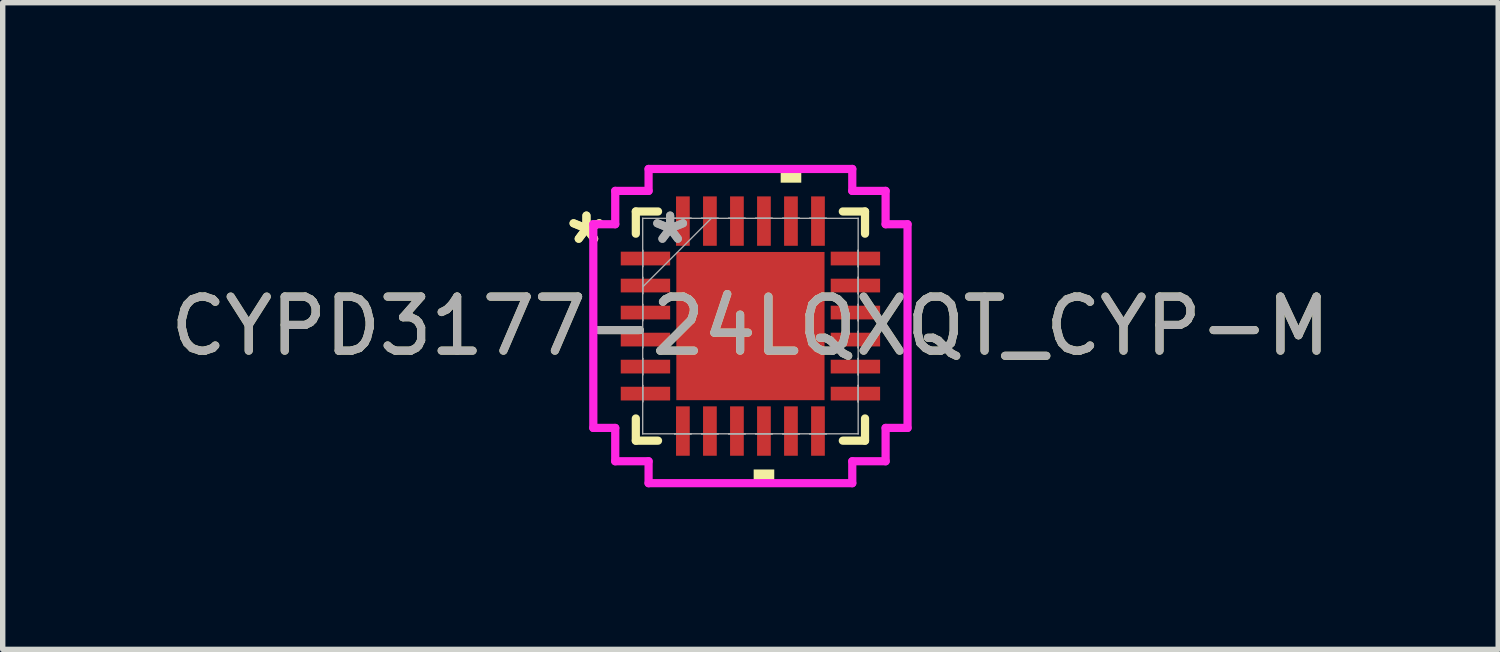
<source format=kicad_pcb>
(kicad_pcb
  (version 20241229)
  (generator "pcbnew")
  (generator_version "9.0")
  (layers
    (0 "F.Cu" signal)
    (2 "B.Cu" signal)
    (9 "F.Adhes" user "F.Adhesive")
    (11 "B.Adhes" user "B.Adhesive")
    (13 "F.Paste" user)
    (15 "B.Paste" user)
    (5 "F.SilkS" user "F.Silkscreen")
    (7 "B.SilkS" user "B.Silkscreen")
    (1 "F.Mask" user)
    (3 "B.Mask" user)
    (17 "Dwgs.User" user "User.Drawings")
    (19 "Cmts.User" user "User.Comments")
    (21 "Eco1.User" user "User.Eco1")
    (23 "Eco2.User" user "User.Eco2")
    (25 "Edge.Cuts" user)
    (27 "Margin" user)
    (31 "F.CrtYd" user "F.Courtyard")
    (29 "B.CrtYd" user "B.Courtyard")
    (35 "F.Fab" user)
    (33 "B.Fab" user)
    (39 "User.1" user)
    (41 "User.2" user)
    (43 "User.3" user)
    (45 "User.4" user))
  (footprint "CYPD3177-24LQXQT_CYP-M"
    (layer "F.Cu")
    (at 10.839 2.985)
    (property "Reference" "CYPD3177-24LQXQT_CYP-M" (at 0 0 0) (unlocked yes) (layer "F.SilkS") (effects (font (size 1 1) (thickness 0.15))))
    (attr smd)
    (fp_line (start -2.121 -2.121) (end -2.121 -1.71) (stroke (width 0.152) (type solid)) (layer "F.SilkS"))
    (fp_line (start -2.121 1.71) (end -2.121 2.121) (stroke (width 0.152) (type solid)) (layer "F.SilkS"))
    (fp_line (start -2.121 2.121) (end -1.71 2.121) (stroke (width 0.152) (type solid)) (layer "F.SilkS"))
    (fp_line (start -1.71 -2.121) (end -2.121 -2.121) (stroke (width 0.152) (type solid)) (layer "F.SilkS"))
    (fp_line (start 1.71 2.121) (end 2.121 2.121) (stroke (width 0.152) (type solid)) (layer "F.SilkS"))
    (fp_line (start 2.121 -2.121) (end 1.71 -2.121) (stroke (width 0.152) (type solid)) (layer "F.SilkS"))
    (fp_line (start 2.121 -1.71) (end 2.121 -2.121) (stroke (width 0.152) (type solid)) (layer "F.SilkS"))
    (fp_line (start 2.121 2.121) (end 2.121 1.71) (stroke (width 0.152) (type solid)) (layer "F.SilkS"))
    (fp_poly (pts (xy 0.06 2.654) (xy 0.06 2.908) (xy 0.441 2.908) (xy 0.441 2.654)) (stroke (width 0) (type solid)) (fill yes) (layer "F.SilkS"))
    (fp_poly (pts (xy 0.56 -2.654) (xy 0.56 -2.908) (xy 0.941 -2.908) (xy 0.941 -2.654)) (stroke (width 0) (type solid)) (fill yes) (layer "F.SilkS"))
    (fp_poly (pts (xy -1.272 -1.272) (xy -1.272 -0.1) (xy -0.1 -0.1) (xy -0.1 -1.272)) (stroke (width 0) (type solid)) (fill yes) (layer "F.Paste"))
    (fp_poly (pts (xy -1.272 0.1) (xy -1.272 1.272) (xy -0.1 1.272) (xy -0.1 0.1)) (stroke (width 0) (type solid)) (fill yes) (layer "F.Paste"))
    (fp_poly (pts (xy 0.1 -1.272) (xy 0.1 -0.1) (xy 1.272 -0.1) (xy 1.272 -1.272)) (stroke (width 0) (type solid)) (fill yes) (layer "F.Paste"))
    (fp_poly (pts (xy 0.1 0.1) (xy 0.1 1.272) (xy 1.272 1.272) (xy 1.272 0.1)) (stroke (width 0) (type solid)) (fill yes) (layer "F.Paste"))
    (fp_line (start -2.908 -1.885) (end -2.502 -1.885) (stroke (width 0.152) (type solid)) (layer "F.CrtYd"))
    (fp_line (start -2.908 1.885) (end -2.908 -1.885) (stroke (width 0.152) (type solid)) (layer "F.CrtYd"))
    (fp_line (start -2.502 -2.502) (end -1.885 -2.502) (stroke (width 0.152) (type solid)) (layer "F.CrtYd"))
    (fp_line (start -2.502 -1.885) (end -2.502 -2.502) (stroke (width 0.152) (type solid)) (layer "F.CrtYd"))
    (fp_line (start -2.502 1.885) (end -2.908 1.885) (stroke (width 0.152) (type solid)) (layer "F.CrtYd"))
    (fp_line (start -2.502 2.502) (end -2.502 1.885) (stroke (width 0.152) (type solid)) (layer "F.CrtYd"))
    (fp_line (start -1.885 -2.908) (end 1.885 -2.908) (stroke (width 0.152) (type solid)) (layer "F.CrtYd"))
    (fp_line (start -1.885 -2.502) (end -1.885 -2.908) (stroke (width 0.152) (type solid)) (layer "F.CrtYd"))
    (fp_line (start -1.885 2.502) (end -2.502 2.502) (stroke (width 0.152) (type solid)) (layer "F.CrtYd"))
    (fp_line (start -1.885 2.908) (end -1.885 2.502) (stroke (width 0.152) (type solid)) (layer "F.CrtYd"))
    (fp_line (start 1.885 -2.908) (end 1.885 -2.502) (stroke (width 0.152) (type solid)) (layer "F.CrtYd"))
    (fp_line (start 1.885 -2.502) (end 2.502 -2.502) (stroke (width 0.152) (type solid)) (layer "F.CrtYd"))
    (fp_line (start 1.885 2.502) (end 1.885 2.908) (stroke (width 0.152) (type solid)) (layer "F.CrtYd"))
    (fp_line (start 1.885 2.908) (end -1.885 2.908) (stroke (width 0.152) (type solid)) (layer "F.CrtYd"))
    (fp_line (start 2.502 -2.502) (end 2.502 -1.885) (stroke (width 0.152) (type solid)) (layer "F.CrtYd"))
    (fp_line (start 2.502 -1.885) (end 2.908 -1.885) (stroke (width 0.152) (type solid)) (layer "F.CrtYd"))
    (fp_line (start 2.502 1.885) (end 2.502 2.502) (stroke (width 0.152) (type solid)) (layer "F.CrtYd"))
    (fp_line (start 2.502 2.502) (end 1.885 2.502) (stroke (width 0.152) (type solid)) (layer "F.CrtYd"))
    (fp_line (start 2.908 -1.885) (end 2.908 1.885) (stroke (width 0.152) (type solid)) (layer "F.CrtYd"))
    (fp_line (start 2.908 1.885) (end 2.502 1.885) (stroke (width 0.152) (type solid)) (layer "F.CrtYd"))
    (fp_line (start -1.994 -1.994) (end -1.994 -1.994) (stroke (width 0.025) (type solid)) (layer "F.Fab"))
    (fp_line (start -1.994 -1.994) (end -1.994 1.994) (stroke (width 0.025) (type solid)) (layer "F.Fab"))
    (fp_line (start -1.994 -1.403) (end -1.994 -1.403) (stroke (width 0.025) (type solid)) (layer "F.Fab"))
    (fp_line (start -1.994 -1.403) (end -1.994 -1.098) (stroke (width 0.025) (type solid)) (layer "F.Fab"))
    (fp_line (start -1.994 -1.098) (end -1.994 -1.403) (stroke (width 0.025) (type solid)) (layer "F.Fab"))
    (fp_line (start -1.994 -1.098) (end -1.994 -1.098) (stroke (width 0.025) (type solid)) (layer "F.Fab"))
    (fp_line (start -1.994 -0.903) (end -1.994 -0.903) (stroke (width 0.025) (type solid)) (layer "F.Fab"))
    (fp_line (start -1.994 -0.903) (end -1.994 -0.598) (stroke (width 0.025) (type solid)) (layer "F.Fab"))
    (fp_line (start -1.994 -0.724) (end -0.724 -1.994) (stroke (width 0.025) (type solid)) (layer "F.Fab"))
    (fp_line (start -1.994 -0.598) (end -1.994 -0.903) (stroke (width 0.025) (type solid)) (layer "F.Fab"))
    (fp_line (start -1.994 -0.598) (end -1.994 -0.598) (stroke (width 0.025) (type solid)) (layer "F.Fab"))
    (fp_line (start -1.994 -0.402) (end -1.994 -0.402) (stroke (width 0.025) (type solid)) (layer "F.Fab"))
    (fp_line (start -1.994 -0.402) (end -1.994 -0.098) (stroke (width 0.025) (type solid)) (layer "F.Fab"))
    (fp_line (start -1.994 -0.098) (end -1.994 -0.402) (stroke (width 0.025) (type solid)) (layer "F.Fab"))
    (fp_line (start -1.994 -0.098) (end -1.994 -0.098) (stroke (width 0.025) (type solid)) (layer "F.Fab"))
    (fp_line (start -1.994 0.098) (end -1.994 0.098) (stroke (width 0.025) (type solid)) (layer "F.Fab"))
    (fp_line (start -1.994 0.098) (end -1.994 0.402) (stroke (width 0.025) (type solid)) (layer "F.Fab"))
    (fp_line (start -1.994 0.402) (end -1.994 0.098) (stroke (width 0.025) (type solid)) (layer "F.Fab"))
    (fp_line (start -1.994 0.402) (end -1.994 0.402) (stroke (width 0.025) (type solid)) (layer "F.Fab"))
    (fp_line (start -1.994 0.598) (end -1.994 0.598) (stroke (width 0.025) (type solid)) (layer "F.Fab"))
    (fp_line (start -1.994 0.598) (end -1.994 0.903) (stroke (width 0.025) (type solid)) (layer "F.Fab"))
    (fp_line (start -1.994 0.903) (end -1.994 0.598) (stroke (width 0.025) (type solid)) (layer "F.Fab"))
    (fp_line (start -1.994 0.903) (end -1.994 0.903) (stroke (width 0.025) (type solid)) (layer "F.Fab"))
    (fp_line (start -1.994 1.098) (end -1.994 1.098) (stroke (width 0.025) (type solid)) (layer "F.Fab"))
    (fp_line (start -1.994 1.098) (end -1.994 1.403) (stroke (width 0.025) (type solid)) (layer "F.Fab"))
    (fp_line (start -1.994 1.403) (end -1.994 1.098) (stroke (width 0.025) (type solid)) (layer "F.Fab"))
    (fp_line (start -1.994 1.403) (end -1.994 1.403) (stroke (width 0.025) (type solid)) (layer "F.Fab"))
    (fp_line (start -1.994 1.994) (end -1.994 1.994) (stroke (width 0.025) (type solid)) (layer "F.Fab"))
    (fp_line (start -1.994 1.994) (end 1.994 1.994) (stroke (width 0.025) (type solid)) (layer "F.Fab"))
    (fp_line (start -1.403 -1.994) (end -1.403 -1.994) (stroke (width 0.025) (type solid)) (layer "F.Fab"))
    (fp_line (start -1.403 -1.994) (end -1.098 -1.994) (stroke (width 0.025) (type solid)) (layer "F.Fab"))
    (fp_line (start -1.403 1.994) (end -1.403 1.994) (stroke (width 0.025) (type solid)) (layer "F.Fab"))
    (fp_line (start -1.403 1.994) (end -1.098 1.994) (stroke (width 0.025) (type solid)) (layer "F.Fab"))
    (fp_line (start -1.098 -1.994) (end -1.403 -1.994) (stroke (width 0.025) (type solid)) (layer "F.Fab"))
    (fp_line (start -1.098 -1.994) (end -1.098 -1.994) (stroke (width 0.025) (type solid)) (layer "F.Fab"))
    (fp_line (start -1.098 1.994) (end -1.403 1.994) (stroke (width 0.025) (type solid)) (layer "F.Fab"))
    (fp_line (start -1.098 1.994) (end -1.098 1.994) (stroke (width 0.025) (type solid)) (layer "F.Fab"))
    (fp_line (start -0.903 -1.994) (end -0.903 -1.994) (stroke (width 0.025) (type solid)) (layer "F.Fab"))
    (fp_line (start -0.903 -1.994) (end -0.598 -1.994) (stroke (width 0.025) (type solid)) (layer "F.Fab"))
    (fp_line (start -0.903 1.994) (end -0.903 1.994) (stroke (width 0.025) (type solid)) (layer "F.Fab"))
    (fp_line (start -0.903 1.994) (end -0.598 1.994) (stroke (width 0.025) (type solid)) (layer "F.Fab"))
    (fp_line (start -0.598 -1.994) (end -0.903 -1.994) (stroke (width 0.025) (type solid)) (layer "F.Fab"))
    (fp_line (start -0.598 -1.994) (end -0.598 -1.994) (stroke (width 0.025) (type solid)) (layer "F.Fab"))
    (fp_line (start -0.598 1.994) (end -0.903 1.994) (stroke (width 0.025) (type solid)) (layer "F.Fab"))
    (fp_line (start -0.598 1.994) (end -0.598 1.994) (stroke (width 0.025) (type solid)) (layer "F.Fab"))
    (fp_line (start -0.402 -1.994) (end -0.402 -1.994) (stroke (width 0.025) (type solid)) (layer "F.Fab"))
    (fp_line (start -0.402 -1.994) (end -0.098 -1.994) (stroke (width 0.025) (type solid)) (layer "F.Fab"))
    (fp_line (start -0.402 1.994) (end -0.402 1.994) (stroke (width 0.025) (type solid)) (layer "F.Fab"))
    (fp_line (start -0.402 1.994) (end -0.098 1.994) (stroke (width 0.025) (type solid)) (layer "F.Fab"))
    (fp_line (start -0.098 -1.994) (end -0.402 -1.994) (stroke (width 0.025) (type solid)) (layer "F.Fab"))
    (fp_line (start -0.098 -1.994) (end -0.098 -1.994) (stroke (width 0.025) (type solid)) (layer "F.Fab"))
    (fp_line (start -0.098 1.994) (end -0.402 1.994) (stroke (width 0.025) (type solid)) (layer "F.Fab"))
    (fp_line (start -0.098 1.994) (end -0.098 1.994) (stroke (width 0.025) (type solid)) (layer "F.Fab"))
    (fp_line (start 0.098 -1.994) (end 0.098 -1.994) (stroke (width 0.025) (type solid)) (layer "F.Fab"))
    (fp_line (start 0.098 -1.994) (end 0.402 -1.994) (stroke (width 0.025) (type solid)) (layer "F.Fab"))
    (fp_line (start 0.098 1.994) (end 0.098 1.994) (stroke (width 0.025) (type solid)) (layer "F.Fab"))
    (fp_line (start 0.098 1.994) (end 0.402 1.994) (stroke (width 0.025) (type solid)) (layer "F.Fab"))
    (fp_line (start 0.402 -1.994) (end 0.098 -1.994) (stroke (width 0.025) (type solid)) (layer "F.Fab"))
    (fp_line (start 0.402 -1.994) (end 0.402 -1.994) (stroke (width 0.025) (type solid)) (layer "F.Fab"))
    (fp_line (start 0.402 1.994) (end 0.098 1.994) (stroke (width 0.025) (type solid)) (layer "F.Fab"))
    (fp_line (start 0.402 1.994) (end 0.402 1.994) (stroke (width 0.025) (type solid)) (layer "F.Fab"))
    (fp_line (start 0.598 -1.994) (end 0.598 -1.994) (stroke (width 0.025) (type solid)) (layer "F.Fab"))
    (fp_line (start 0.598 -1.994) (end 0.903 -1.994) (stroke (width 0.025) (type solid)) (layer "F.Fab"))
    (fp_line (start 0.598 1.994) (end 0.598 1.994) (stroke (width 0.025) (type solid)) (layer "F.Fab"))
    (fp_line (start 0.598 1.994) (end 0.903 1.994) (stroke (width 0.025) (type solid)) (layer "F.Fab"))
    (fp_line (start 0.903 -1.994) (end 0.598 -1.994) (stroke (width 0.025) (type solid)) (layer "F.Fab"))
    (fp_line (start 0.903 -1.994) (end 0.903 -1.994) (stroke (width 0.025) (type solid)) (layer "F.Fab"))
    (fp_line (start 0.903 1.994) (end 0.598 1.994) (stroke (width 0.025) (type solid)) (layer "F.Fab"))
    (fp_line (start 0.903 1.994) (end 0.903 1.994) (stroke (width 0.025) (type solid)) (layer "F.Fab"))
    (fp_line (start 1.098 -1.994) (end 1.098 -1.994) (stroke (width 0.025) (type solid)) (layer "F.Fab"))
    (fp_line (start 1.098 -1.994) (end 1.403 -1.994) (stroke (width 0.025) (type solid)) (layer "F.Fab"))
    (fp_line (start 1.098 1.994) (end 1.098 1.994) (stroke (width 0.025) (type solid)) (layer "F.Fab"))
    (fp_line (start 1.098 1.994) (end 1.403 1.994) (stroke (width 0.025) (type solid)) (layer "F.Fab"))
    (fp_line (start 1.403 -1.994) (end 1.098 -1.994) (stroke (width 0.025) (type solid)) (layer "F.Fab"))
    (fp_line (start 1.403 -1.994) (end 1.403 -1.994) (stroke (width 0.025) (type solid)) (layer "F.Fab"))
    (fp_line (start 1.403 1.994) (end 1.098 1.994) (stroke (width 0.025) (type solid)) (layer "F.Fab"))
    (fp_line (start 1.403 1.994) (end 1.403 1.994) (stroke (width 0.025) (type solid)) (layer "F.Fab"))
    (fp_line (start 1.994 -1.994) (end -1.994 -1.994) (stroke (width 0.025) (type solid)) (layer "F.Fab"))
    (fp_line (start 1.994 -1.994) (end 1.994 -1.994) (stroke (width 0.025) (type solid)) (layer "F.Fab"))
    (fp_line (start 1.994 -1.403) (end 1.994 -1.403) (stroke (width 0.025) (type solid)) (layer "F.Fab"))
    (fp_line (start 1.994 -1.403) (end 1.994 -1.098) (stroke (width 0.025) (type solid)) (layer "F.Fab"))
    (fp_line (start 1.994 -1.098) (end 1.994 -1.403) (stroke (width 0.025) (type solid)) (layer "F.Fab"))
    (fp_line (start 1.994 -1.098) (end 1.994 -1.098) (stroke (width 0.025) (type solid)) (layer "F.Fab"))
    (fp_line (start 1.994 -0.903) (end 1.994 -0.903) (stroke (width 0.025) (type solid)) (layer "F.Fab"))
    (fp_line (start 1.994 -0.903) (end 1.994 -0.598) (stroke (width 0.025) (type solid)) (layer "F.Fab"))
    (fp_line (start 1.994 -0.598) (end 1.994 -0.903) (stroke (width 0.025) (type solid)) (layer "F.Fab"))
    (fp_line (start 1.994 -0.598) (end 1.994 -0.598) (stroke (width 0.025) (type solid)) (layer "F.Fab"))
    (fp_line (start 1.994 -0.402) (end 1.994 -0.402) (stroke (width 0.025) (type solid)) (layer "F.Fab"))
    (fp_line (start 1.994 -0.402) (end 1.994 -0.098) (stroke (width 0.025) (type solid)) (layer "F.Fab"))
    (fp_line (start 1.994 -0.098) (end 1.994 -0.402) (stroke (width 0.025) (type solid)) (layer "F.Fab"))
    (fp_line (start 1.994 -0.098) (end 1.994 -0.098) (stroke (width 0.025) (type solid)) (layer "F.Fab"))
    (fp_line (start 1.994 0.098) (end 1.994 0.098) (stroke (width 0.025) (type solid)) (layer "F.Fab"))
    (fp_line (start 1.994 0.098) (end 1.994 0.402) (stroke (width 0.025) (type solid)) (layer "F.Fab"))
    (fp_line (start 1.994 0.402) (end 1.994 0.098) (stroke (width 0.025) (type solid)) (layer "F.Fab"))
    (fp_line (start 1.994 0.402) (end 1.994 0.402) (stroke (width 0.025) (type solid)) (layer "F.Fab"))
    (fp_line (start 1.994 0.598) (end 1.994 0.598) (stroke (width 0.025) (type solid)) (layer "F.Fab"))
    (fp_line (start 1.994 0.598) (end 1.994 0.903) (stroke (width 0.025) (type solid)) (layer "F.Fab"))
    (fp_line (start 1.994 0.903) (end 1.994 0.598) (stroke (width 0.025) (type solid)) (layer "F.Fab"))
    (fp_line (start 1.994 0.903) (end 1.994 0.903) (stroke (width 0.025) (type solid)) (layer "F.Fab"))
    (fp_line (start 1.994 1.098) (end 1.994 1.098) (stroke (width 0.025) (type solid)) (layer "F.Fab"))
    (fp_line (start 1.994 1.098) (end 1.994 1.403) (stroke (width 0.025) (type solid)) (layer "F.Fab"))
    (fp_line (start 1.994 1.403) (end 1.994 1.098) (stroke (width 0.025) (type solid)) (layer "F.Fab"))
    (fp_line (start 1.994 1.403) (end 1.994 1.403) (stroke (width 0.025) (type solid)) (layer "F.Fab"))
    (fp_line (start 1.994 1.994) (end 1.994 -1.994) (stroke (width 0.025) (type solid)) (layer "F.Fab"))
    (fp_line (start 1.994 1.994) (end 1.994 1.994) (stroke (width 0.025) (type solid)) (layer "F.Fab"))
    (fp_text user "*" (at -3.035 -1.5 0) (unlocked yes) (layer "F.SilkS") (effects (font (size 1 1) (thickness 0.15))))
    (fp_text user "*" (at -3.035 -1.5 0) (layer "F.SilkS") (effects (font (size 1 1) (thickness 0.15))))
    (fp_text user "*" (at -1.486 -1.5 0) (unlocked yes) (layer "F.Fab") (effects (font (size 1 1) (thickness 0.15))))
    (fp_text user "*" (at -1.486 -1.5 0) (layer "F.Fab") (effects (font (size 1 1) (thickness 0.15))))
    (fp_text user "${REFERENCE}" (at 0 0 0) (unlocked yes) (layer "F.Fab") (effects (font (size 1 1) (thickness 0.15))))
    (pad "1" smd rect (at -1.943 -1.25 90) (size 0.254 0.914) (layers "F.Cu" "F.Mask" "F.Paste"))
    (pad "2" smd rect (at -1.943 -0.75 90) (size 0.254 0.914) (layers "F.Cu" "F.Mask" "F.Paste"))
    (pad "3" smd rect (at -1.943 -0.25 90) (size 0.254 0.914) (layers "F.Cu" "F.Mask" "F.Paste"))
    (pad "4" smd rect (at -1.943 0.25 90) (size 0.254 0.914) (layers "F.Cu" "F.Mask" "F.Paste"))
    (pad "5" smd rect (at -1.943 0.75 90) (size 0.254 0.914) (layers "F.Cu" "F.Mask" "F.Paste"))
    (pad "6" smd rect (at -1.943 1.25 90) (size 0.254 0.914) (layers "F.Cu" "F.Mask" "F.Paste"))
    (pad "7" smd rect (at -1.25 1.943) (size 0.254 0.914) (layers "F.Cu" "F.Mask" "F.Paste"))
    (pad "8" smd rect (at -0.75 1.943) (size 0.254 0.914) (layers "F.Cu" "F.Mask" "F.Paste"))
    (pad "9" smd rect (at -0.25 1.943) (size 0.254 0.914) (layers "F.Cu" "F.Mask" "F.Paste"))
    (pad "10" smd rect (at 0.25 1.943) (size 0.254 0.914) (layers "F.Cu" "F.Mask" "F.Paste"))
    (pad "11" smd rect (at 0.75 1.943) (size 0.254 0.914) (layers "F.Cu" "F.Mask" "F.Paste"))
    (pad "12" smd rect (at 1.25 1.943) (size 0.254 0.914) (layers "F.Cu" "F.Mask" "F.Paste"))
    (pad "13" smd rect (at 1.943 1.25 90) (size 0.254 0.914) (layers "F.Cu" "F.Mask" "F.Paste"))
    (pad "14" smd rect (at 1.943 0.75 90) (size 0.254 0.914) (layers "F.Cu" "F.Mask" "F.Paste"))
    (pad "15" smd rect (at 1.943 0.25 90) (size 0.254 0.914) (layers "F.Cu" "F.Mask" "F.Paste"))
    (pad "16" smd rect (at 1.943 -0.25 90) (size 0.254 0.914) (layers "F.Cu" "F.Mask" "F.Paste"))
    (pad "17" smd rect (at 1.943 -0.75 90) (size 0.254 0.914) (layers "F.Cu" "F.Mask" "F.Paste"))
    (pad "18" smd rect (at 1.943 -1.25 90) (size 0.254 0.914) (layers "F.Cu" "F.Mask" "F.Paste"))
    (pad "19" smd rect (at 1.25 -1.943) (size 0.254 0.914) (layers "F.Cu" "F.Mask" "F.Paste"))
    (pad "20" smd rect (at 0.75 -1.943) (size 0.254 0.914) (layers "F.Cu" "F.Mask" "F.Paste"))
    (pad "21" smd rect (at 0.25 -1.943) (size 0.254 0.914) (layers "F.Cu" "F.Mask" "F.Paste"))
    (pad "22" smd rect (at -0.25 -1.943) (size 0.254 0.914) (layers "F.Cu" "F.Mask" "F.Paste"))
    (pad "23" smd rect (at -0.75 -1.943) (size 0.254 0.914) (layers "F.Cu" "F.Mask" "F.Paste"))
    (pad "24" smd rect (at -1.25 -1.943) (size 0.254 0.914) (layers "F.Cu" "F.Mask" "F.Paste"))
    (pad "25" smd rect (at 0 0) (size 2.743 2.743) (layers "F.Cu" "F.Mask")))
  (gr_rect
    (start -3 -3)
    (end 24.679 8.969)
    (stroke (width 0.1) (type default))
    (fill no)
    (layer "Edge.Cuts")))
</source>
